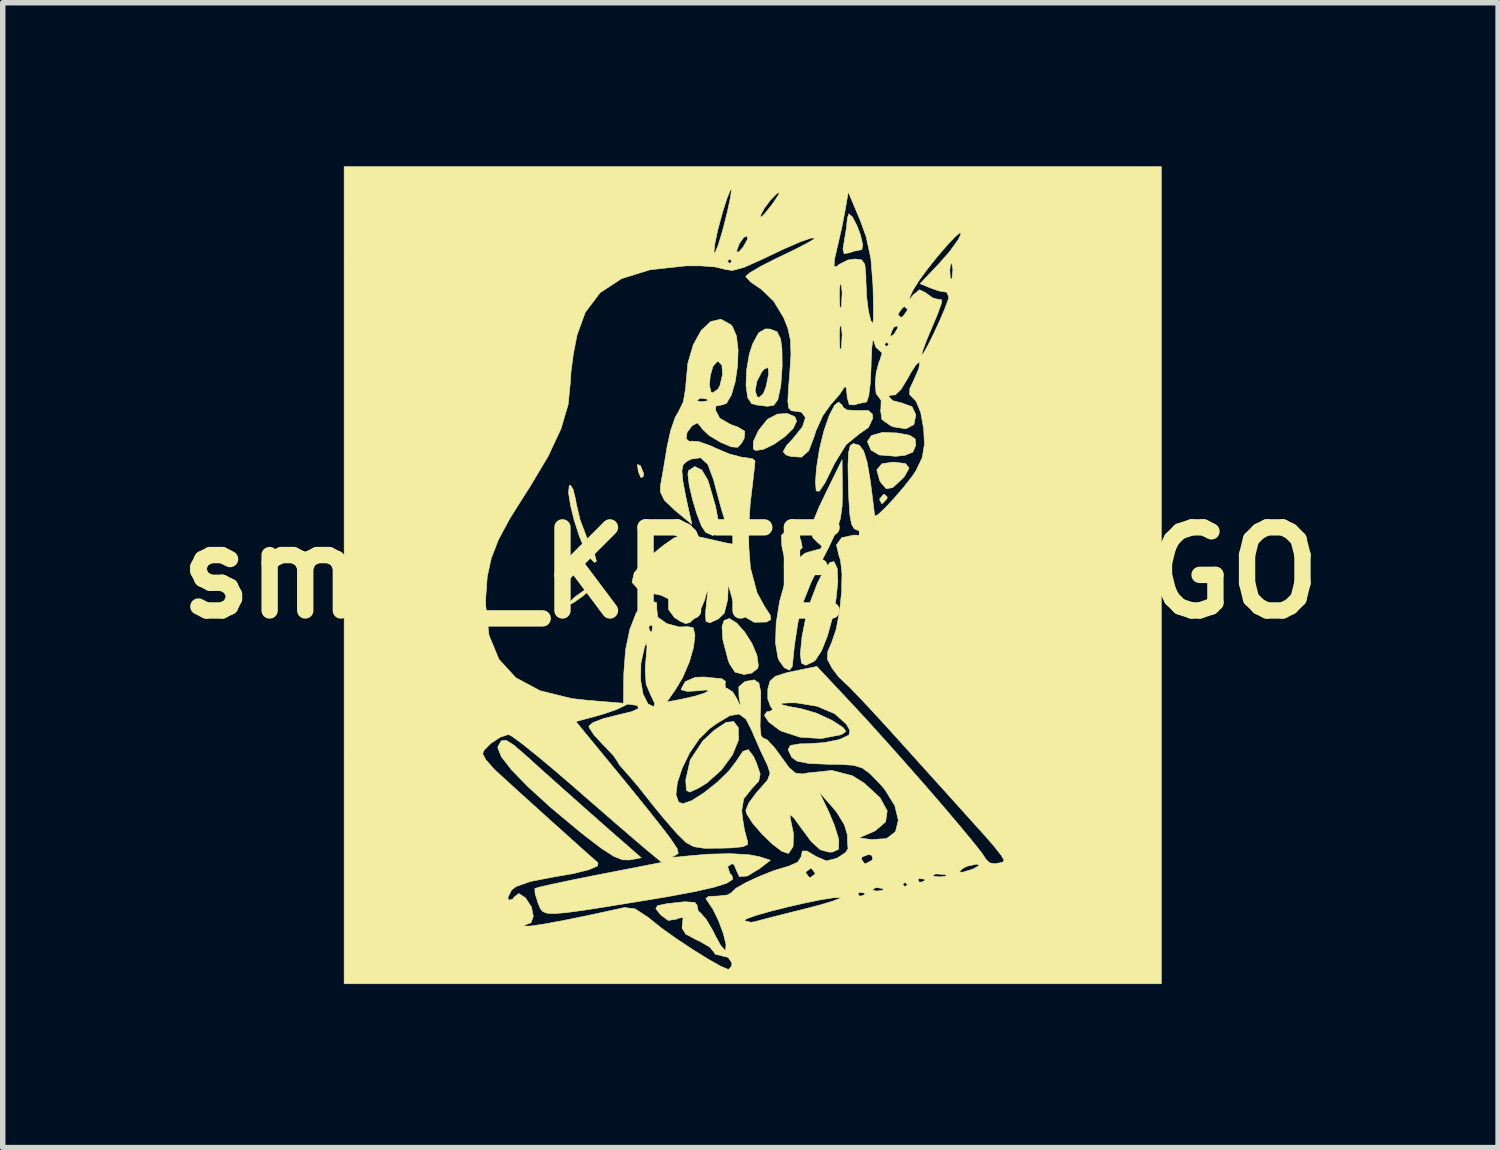
<source format=kicad_pcb>
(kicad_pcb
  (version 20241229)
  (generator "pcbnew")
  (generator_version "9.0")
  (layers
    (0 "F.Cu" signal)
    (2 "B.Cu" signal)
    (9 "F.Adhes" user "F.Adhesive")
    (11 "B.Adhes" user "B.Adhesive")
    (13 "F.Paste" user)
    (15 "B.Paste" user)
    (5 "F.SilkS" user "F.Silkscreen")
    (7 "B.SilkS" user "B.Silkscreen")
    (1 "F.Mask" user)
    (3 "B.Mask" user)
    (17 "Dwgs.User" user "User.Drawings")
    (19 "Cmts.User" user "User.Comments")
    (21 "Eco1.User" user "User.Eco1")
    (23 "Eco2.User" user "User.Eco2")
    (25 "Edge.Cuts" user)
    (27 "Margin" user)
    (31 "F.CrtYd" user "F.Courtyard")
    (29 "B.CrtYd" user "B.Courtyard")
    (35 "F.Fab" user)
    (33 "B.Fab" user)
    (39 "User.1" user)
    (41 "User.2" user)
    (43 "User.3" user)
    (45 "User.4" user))
  (footprint "smol_KRTEK_LOGO"
    (layer "F.Cu")
    (at 10.712 7.456)
    (property "Reference" "smol_KRTEK_LOGO" (at 0 0 0) (layer "F.SilkS") (effects (font (size 1.524 1.524) (thickness 0.3))))
    (attr through_hole)
    (fp_poly (pts (xy -2.022 -1.971) (xy -2.018 -1.967) (xy -1.958 -1.821) (xy -1.965 -1.766) (xy -2.009 -1.747) (xy -2.055 -1.856) (xy -2.074 -1.987) (xy -2.022 -1.971)) (stroke (width 0.01) (type solid)) (fill yes) (layer "F.SilkS"))
    (fp_poly (pts (xy 2.511 -1.387) (xy 2.498 -1.355) (xy 2.422 -1.274) (xy 2.408 -1.27) (xy 2.372 -1.336) (xy 2.371 -1.355) (xy 2.436 -1.436) (xy 2.46 -1.439) (xy 2.511 -1.387)) (stroke (width 0.01) (type solid)) (fill yes) (layer "F.SilkS"))
    (fp_poly (pts (xy 0.851 -0.694) (xy 0.922 -0.609) (xy 0.951 -0.464) (xy 0.842 -0.355) (xy 0.69 -0.271) (xy 0.619 -0.297) (xy 0.582 -0.458) (xy 0.575 -0.508) (xy 0.569 -0.691) (xy 0.64 -0.758) (xy 0.689 -0.762) (xy 0.851 -0.694)) (stroke (width 0.01) (type solid)) (fill yes) (layer "F.SilkS"))
    (fp_poly (pts (xy 2.841 -2.006) (xy 2.91 -1.923) (xy 2.826 -1.772) (xy 2.78 -1.721) (xy 2.607 -1.563) (xy 2.49 -1.544) (xy 2.389 -1.66) (xy 2.37 -1.695) (xy 2.317 -1.889) (xy 2.411 -2.001) (xy 2.616 -2.032) (xy 2.841 -2.006)) (stroke (width 0.01) (type solid)) (fill yes) (layer "F.SilkS"))
    (fp_poly (pts (xy -2.932 0.298) (xy -3.05 0.406) (xy -3.071 0.423) (xy -3.238 0.541) (xy -3.345 0.593) (xy -3.348 0.593) (xy -3.333 0.548) (xy -3.215 0.44) (xy -3.194 0.423) (xy -3.028 0.306) (xy -2.92 0.254) (xy -2.917 0.254) (xy -2.932 0.298)) (stroke (width 0.01) (type solid)) (fill yes) (layer "F.SilkS"))
    (fp_poly (pts (xy 2.693 -2.566) (xy 2.921 -2.523) (xy 3.021 -2.457) (xy 3.032 -2.343) (xy 3.031 -2.338) (xy 2.979 -2.216) (xy 2.837 -2.157) (xy 2.667 -2.138) (xy 2.36 -2.163) (xy 2.212 -2.252) (xy 2.144 -2.407) (xy 2.22 -2.519) (xy 2.421 -2.576) (xy 2.693 -2.566)) (stroke (width 0.01) (type solid)) (fill yes) (layer "F.SilkS"))
    (fp_poly (pts (xy 0.816 -2.862) (xy 0.847 -2.784) (xy 0.785 -2.651) (xy 0.633 -2.5) (xy 0.436 -2.362) (xy 0.241 -2.266) (xy 0.094 -2.244) (xy 0.052 -2.273) (xy 0.055 -2.412) (xy 0.146 -2.608) (xy 0.297 -2.798) (xy 0.323 -2.823) (xy 0.495 -2.912) (xy 0.68 -2.923) (xy 0.816 -2.862)) (stroke (width 0.01) (type solid)) (fill yes) (layer "F.SilkS"))
    (fp_poly (pts (xy -0.891 -1.886) (xy -0.781 -1.7) (xy -0.771 -1.672) (xy -0.638 -1.214) (xy -0.58 -0.9) (xy -0.598 -0.727) (xy -0.692 -0.686) (xy -0.822 -0.745) (xy -0.896 -0.857) (xy -0.981 -1.077) (xy -1.062 -1.346) (xy -1.123 -1.608) (xy -1.147 -1.807) (xy -1.136 -1.874) (xy -1.021 -1.951) (xy -0.891 -1.886)) (stroke (width 0.01) (type solid)) (fill yes) (layer "F.SilkS"))
    (fp_poly (pts (xy -0.253 0.919) (xy -0.106 1.084) (xy 0.027 1.293) (xy 0.119 1.51) (xy 0.145 1.697) (xy 0.133 1.75) (xy 0.025 1.837) (xy -0.118 1.863) (xy -0.282 1.82) (xy -0.386 1.663) (xy -0.412 1.587) (xy -0.506 1.227) (xy -0.521 0.987) (xy -0.483 0.873) (xy -0.387 0.837) (xy -0.253 0.919)) (stroke (width 0.01) (type solid)) (fill yes) (layer "F.SilkS"))
    (fp_poly (pts (xy -0.223 2.837) (xy -0.218 3.065) (xy -0.33 3.338) (xy -0.533 3.615) (xy -0.799 3.853) (xy -0.953 3.947) (xy -1.112 4.02) (xy -1.174 3.989) (xy -1.185 3.821) (xy -1.185 3.791) (xy -1.103 3.428) (xy -0.871 3.079) (xy -0.662 2.885) (xy -0.445 2.741) (xy -0.307 2.727) (xy -0.223 2.837)) (stroke (width 0.01) (type solid)) (fill yes) (layer "F.SilkS"))
    (fp_poly (pts (xy 1.869 -6.529) (xy 1.957 -6.36) (xy 2.016 -6.202) (xy 2.058 -6.02) (xy 2.043 -5.929) (xy 2.035 -5.927) (xy 1.899 -5.899) (xy 1.814 -5.87) (xy 1.719 -5.854) (xy 1.697 -5.935) (xy 1.722 -6.092) (xy 1.761 -6.326) (xy 1.778 -6.503) (xy 1.778 -6.505) (xy 1.804 -6.585) (xy 1.869 -6.529)) (stroke (width 0.01) (type solid)) (fill yes) (layer "F.SilkS"))
    (fp_poly (pts (xy -3.253 -1.534) (xy -3.206 -1.346) (xy -3.194 -1.269) (xy -3.123 -0.97) (xy -3.002 -0.652) (xy -2.967 -0.581) (xy -2.86 -0.349) (xy -2.824 -0.213) (xy -2.86 -0.192) (xy -2.946 -0.276) (xy -3.044 -0.442) (xy -3.143 -0.688) (xy -3.233 -0.969) (xy -3.3 -1.243) (xy -3.335 -1.466) (xy -3.324 -1.594) (xy -3.302 -1.609) (xy -3.253 -1.534)) (stroke (width 0.01) (type solid)) (fill yes) (layer "F.SilkS"))
    (fp_poly (pts (xy 1.593 -0.079) (xy 1.603 0.163) (xy 1.57 0.478) (xy 1.504 0.823) (xy 1.413 1.154) (xy 1.305 1.428) (xy 1.19 1.602) (xy 1.161 1.626) (xy 1.014 1.694) (xy 0.935 1.654) (xy 0.915 1.486) (xy 0.946 1.173) (xy 0.946 1.17) (xy 1.012 0.835) (xy 1.111 0.496) (xy 1.229 0.189) (xy 1.351 -0.052) (xy 1.461 -0.192) (xy 1.533 -0.206) (xy 1.593 -0.079)) (stroke (width 0.01) (type solid)) (fill yes) (layer "F.SilkS"))
    (fp_poly (pts (xy 1.69 -3.067) (xy 1.693 -3.043) (xy 1.767 -2.988) (xy 1.95 -2.977) (xy 1.968 -2.979) (xy 2.16 -2.979) (xy 2.235 -2.913) (xy 2.244 -2.836) (xy 2.165 -2.668) (xy 1.989 -2.544) (xy 1.755 -2.352) (xy 1.542 -2.007) (xy 1.523 -1.965) (xy 1.367 -1.652) (xy 1.263 -1.498) (xy 1.206 -1.503) (xy 1.193 -1.668) (xy 1.212 -1.927) (xy 1.266 -2.271) (xy 1.348 -2.604) (xy 1.445 -2.886) (xy 1.543 -3.075) (xy 1.618 -3.133) (xy 1.69 -3.067)) (stroke (width 0.01) (type solid)) (fill yes) (layer "F.SilkS"))
    (fp_poly (pts (xy -4.338 3.159) (xy -4.106 3.36) (xy -4.099 3.367) (xy -3.841 3.6) (xy -3.496 3.908) (xy -3.105 4.256) (xy -2.707 4.608) (xy -2.343 4.927) (xy -2.292 4.971) (xy -2.003 5.224) (xy -2.218 5.265) (xy -2.347 5.262) (xy -2.51 5.196) (xy -2.734 5.051) (xy -3.048 4.811) (xy -3.143 4.735) (xy -3.656 4.307) (xy -4.072 3.929) (xy -4.38 3.613) (xy -4.57 3.369) (xy -4.633 3.206) (xy -4.629 3.182) (xy -4.569 3.08) (xy -4.482 3.069) (xy -4.338 3.159)) (stroke (width 0.01) (type solid)) (fill yes) (layer "F.SilkS"))
    (fp_poly (pts (xy 0.358 -4.472) (xy 0.488 -4.422) (xy 0.554 -4.289) (xy 0.578 -4.106) (xy 0.582 -3.788) (xy 0.558 -3.452) (xy 0.552 -3.408) (xy 0.503 -3.178) (xy 0.429 -3.074) (xy 0.312 -3.055) (xy 0.113 -3.079) (xy 0.021 -3.104) (xy -0.051 -3.215) (xy -0.067 -3.337) (xy 0.086 -3.337) (xy 0.124 -3.229) (xy 0.159 -3.217) (xy 0.237 -3.288) (xy 0.285 -3.408) (xy 0.336 -3.655) (xy 0.323 -3.768) (xy 0.248 -3.735) (xy 0.209 -3.688) (xy 0.117 -3.51) (xy 0.086 -3.337) (xy -0.067 -3.337) (xy -0.081 -3.438) (xy -0.07 -3.721) (xy -0.02 -4.013) (xy 0.041 -4.2) (xy 0.15 -4.402) (xy 0.273 -4.474) (xy 0.358 -4.472)) (stroke (width 0.01) (type solid)) (fill yes) (layer "F.SilkS"))
    (fp_poly (pts (xy 1.687 -1.512) (xy 1.682 -1.227) (xy 1.65 -0.995) (xy 1.573 -0.761) (xy 1.437 -0.47) (xy 1.319 -0.242) (xy 1.114 0.168) (xy 0.971 0.526) (xy 0.875 0.889) (xy 0.808 1.319) (xy 0.768 1.714) (xy 0.717 1.785) (xy 0.621 1.739) (xy 0.524 1.603) (xy 0.506 1.561) (xy 0.46 1.289) (xy 0.472 0.922) (xy 0.535 0.522) (xy 0.641 0.148) (xy 0.696 0.017) (xy 0.84 -0.232) (xy 1.001 -0.361) (xy 1.123 -0.398) (xy 1.289 -0.442) (xy 1.308 -0.493) (xy 1.24 -0.552) (xy 1.145 -0.645) (xy 1.113 -0.764) (xy 1.15 -0.942) (xy 1.261 -1.211) (xy 1.391 -1.483) (xy 1.681 -2.074) (xy 1.687 -1.512)) (stroke (width 0.01) (type solid)) (fill yes) (layer "F.SilkS"))
    (fp_poly (pts (xy -0.358 -4.551) (xy -0.332 -4.521) (xy -0.256 -4.346) (xy -0.226 -4.091) (xy -0.236 -3.797) (xy -0.279 -3.507) (xy -0.349 -3.263) (xy -0.441 -3.106) (xy -0.543 -3.076) (xy -0.634 -3.059) (xy -0.64 -2.983) (xy -0.563 -2.836) (xy -0.361 -2.72) (xy -0.233 -2.676) (xy -0.104 -2.598) (xy -0.115 -2.465) (xy -0.166 -2.374) (xy -0.237 -2.303) (xy -0.351 -2.311) (xy -0.548 -2.395) (xy -0.756 -2.519) (xy -0.888 -2.644) (xy -0.901 -2.669) (xy -0.971 -2.751) (xy -1.068 -2.701) (xy -1.162 -2.576) (xy -1.179 -2.458) (xy -1.117 -2.408) (xy -1.079 -2.417) (xy -0.943 -2.406) (xy -0.729 -2.33) (xy -0.637 -2.287) (xy -0.384 -2.18) (xy -0.16 -2.121) (xy -0.109 -2.117) (xy 0.041 -2.092) (xy 0.085 -2.051) (xy 0.075 -1.942) (xy 0.048 -1.708) (xy 0.011 -1.395) (xy -0.003 -1.284) (xy -0.043 -0.651) (xy -0.000453 -0.092) (xy 0.121 0.364) (xy 0.258 0.615) (xy 0.365 0.777) (xy 0.369 0.859) (xy 0.294 0.901) (xy 0.07 0.906) (xy -0.146 0.781) (xy -0.303 0.56) (xy -0.328 0.49) (xy -0.408 0.212) (xy -0.416 0.484) (xy -0.479 0.738) (xy -0.587 0.844) (xy -0.743 0.915) (xy -0.815 0.89) (xy -0.824 0.742) (xy -0.807 0.572) (xy -0.784 0.361) (xy -0.786 0.311) (xy -0.817 0.411) (xy -0.84 0.498) (xy -0.953 0.761) (xy -1.11 0.91) (xy -1.19 0.93) (xy -1.288 0.887) (xy -1.395 0.817) (xy -1.503 0.67) (xy -1.501 0.569) (xy -1.507 0.475) (xy -1.634 0.412) (xy -1.789 0.379) (xy -2.058 0.299) (xy -2.172 0.173) (xy -2.131 -0.003) (xy -1.933 -0.232) (xy -1.589 -0.51) (xy -1.406 -0.637) (xy -1.262 -0.694) (xy -1.092 -0.691) (xy -0.832 -0.637) (xy -0.785 -0.626) (xy -0.471 -0.554) (xy -0.288 -0.52) (xy -0.199 -0.522) (xy -0.171 -0.559) (xy -0.169 -0.593) (xy -0.237 -0.67) (xy -0.283 -0.677) (xy -0.339 -0.694) (xy -0.391 -0.763) (xy -0.451 -0.908) (xy -0.528 -1.156) (xy -0.631 -1.534) (xy -0.678 -1.714) (xy -0.782 -1.992) (xy -0.915 -2.112) (xy -1.093 -2.085) (xy -1.177 -2.039) (xy -1.235 -1.98) (xy -1.257 -1.875) (xy -1.241 -1.693) (xy -1.186 -1.4) (xy -1.13 -1.144) (xy -1.073 -0.891) (xy -1.381 -1.144) (xy -1.577 -1.331) (xy -1.653 -1.486) (xy -1.648 -1.609) (xy -1.612 -1.809) (xy -1.563 -2.101) (xy -1.528 -2.316) (xy -1.463 -2.611) (xy -1.379 -2.853) (xy -1.318 -2.958) (xy -1.23 -3.138) (xy -1.228 -3.153) (xy -0.979 -3.153) (xy -0.896 -3.139) (xy -0.786 -3.155) (xy -0.785 -3.184) (xy -0.898 -3.204) (xy -0.947 -3.191) (xy -0.979 -3.153) (xy -1.228 -3.153) (xy -1.187 -3.395) (xy -1.185 -3.438) (xy -0.752 -3.438) (xy -0.723 -3.319) (xy -0.692 -3.302) (xy -0.595 -3.37) (xy -0.559 -3.436) (xy -0.51 -3.645) (xy -0.523 -3.81) (xy -0.592 -3.878) (xy -0.614 -3.874) (xy -0.688 -3.785) (xy -0.737 -3.616) (xy -0.752 -3.438) (xy -1.185 -3.438) (xy -1.185 -3.444) (xy -1.148 -3.843) (xy -1.048 -4.184) (xy -0.902 -4.447) (xy -0.727 -4.61) (xy -0.54 -4.652) (xy -0.358 -4.551)) (stroke (width 0.01) (type solid)) (fill yes) (layer "F.SilkS"))
    (fp_poly (pts (xy 7.535 7.535) (xy -7.451 7.535) (xy -7.451 3.315) (xy -4.911 3.315) (xy -4.854 3.425) (xy -4.712 3.587) (xy -4.67 3.628) (xy -4.515 3.77) (xy -4.284 3.981) (xy -4.002 4.236) (xy -3.699 4.51) (xy -3.4 4.778) (xy -3.135 5.016) (xy -2.93 5.199) (xy -2.812 5.302) (xy -2.796 5.315) (xy -2.803 5.374) (xy -2.961 5.443) (xy -3.25 5.515) (xy -3.632 5.581) (xy -4.034 5.659) (xy -4.294 5.75) (xy -4.381 5.816) (xy -4.446 5.948) (xy -4.44 6.003) (xy -4.364 5.986) (xy -4.326 5.939) (xy -4.248 5.88) (xy -4.134 5.954) (xy -4.119 5.969) (xy -4.015 6.13) (xy -3.982 6.299) (xy -4.024 6.416) (xy -4.078 6.435) (xy -4.144 6.461) (xy -4.135 6.476) (xy -4.037 6.477) (xy -3.795 6.442) (xy -3.431 6.375) (xy -2.966 6.28) (xy -2.422 6.162) (xy -2.311 6.137) (xy -2.116 6.161) (xy -1.869 6.322) (xy -1.812 6.37) (xy -1.617 6.525) (xy -1.352 6.713) (xy -1.058 6.908) (xy -0.775 7.084) (xy -0.545 7.214) (xy -0.407 7.273) (xy -0.402 7.274) (xy -0.346 7.212) (xy -0.339 7.154) (xy -0.409 7.051) (xy -0.508 7.027) (xy -0.646 6.992) (xy -0.677 6.944) (xy -0.748 6.861) (xy -0.924 6.759) (xy -0.984 6.732) (xy -1.186 6.625) (xy -1.254 6.514) (xy -1.246 6.436) (xy -1.235 6.319) (xy -1.322 6.333) (xy -1.352 6.349) (xy -1.508 6.374) (xy -1.649 6.268) (xy -1.735 6.158) (xy -1.705 6.103) (xy -1.534 6.067) (xy -1.511 6.064) (xy -1.205 6.031) (xy -1.019 6.043) (xy -0.975 6.098) (xy -0.979 6.105) (xy -0.957 6.2) (xy -0.912 6.239) (xy -0.811 6.355) (xy -0.689 6.561) (xy -0.653 6.636) (xy -0.551 6.825) (xy -0.473 6.917) (xy -0.454 6.917) (xy -0.448 6.81) (xy -0.498 6.61) (xy -0.585 6.377) (xy -0.114 6.377) (xy 0.009 6.408) (xy 0.079 6.397) (xy 0.217 6.36) (xy 0.474 6.294) (xy 0.806 6.21) (xy 0.971 6.169) (xy 1.29 6.086) (xy 1.525 6.015) (xy 1.644 5.967) (xy 1.648 5.954) (xy 1.529 5.957) (xy 1.303 5.992) (xy 1.008 6.052) (xy 0.684 6.126) (xy 0.37 6.205) (xy 0.107 6.28) (xy -0.067 6.341) (xy -0.114 6.377) (xy -0.585 6.377) (xy -0.586 6.376) (xy -0.689 6.166) (xy -0.75 6.075) (xy -0.818 5.973) (xy -0.767 5.933) (xy -0.606 5.927) (xy -0.422 5.907) (xy -0.357 5.87) (xy 1.976 5.87) (xy 1.987 5.921) (xy 2.032 5.927) (xy 2.102 5.896) (xy 2.088 5.87) (xy 1.988 5.86) (xy 1.976 5.87) (xy -0.357 5.87) (xy -0.339 5.86) (xy -0.339 5.856) (xy -0.304 5.822) (xy 2.238 5.822) (xy 2.321 5.835) (xy 2.431 5.82) (xy 2.432 5.791) (xy 2.319 5.771) (xy 2.27 5.784) (xy 2.238 5.822) (xy -0.304 5.822) (xy -0.266 5.784) (xy -0.144 5.715) (xy 2.794 5.715) (xy 2.836 5.757) (xy 2.879 5.715) (xy 2.836 5.673) (xy 2.794 5.715) (xy -0.144 5.715) (xy -0.082 5.68) (xy 0.055 5.616) (xy 3.076 5.616) (xy 3.088 5.667) (xy 3.133 5.673) (xy 3.202 5.642) (xy 3.189 5.616) (xy 3.089 5.606) (xy 3.076 5.616) (xy 0.055 5.616) (xy 0.168 5.564) (xy 0.322 5.503) (xy 1.016 5.503) (xy 1.08 5.586) (xy 1.101 5.588) (xy 1.133 5.563) (xy 3.355 5.563) (xy 3.471 5.575) (xy 3.592 5.561) (xy 3.577 5.532) (xy 3.404 5.521) (xy 3.365 5.532) (xy 3.355 5.563) (xy 1.133 5.563) (xy 1.183 5.524) (xy 1.185 5.503) (xy 1.169 5.482) (xy 3.828 5.482) (xy 3.89 5.49) (xy 4.047 5.443) (xy 4.106 5.419) (xy 4.202 5.361) (xy 4.149 5.341) (xy 3.968 5.381) (xy 3.895 5.419) (xy 3.828 5.482) (xy 1.169 5.482) (xy 1.121 5.421) (xy 1.101 5.419) (xy 1.018 5.483) (xy 1.016 5.503) (xy 0.322 5.503) (xy 0.436 5.458) (xy 0.673 5.386) (xy 0.699 5.38) (xy 0.867 5.305) (xy 0.931 5.205) (xy 0.952 5.1) (xy 1.036 5.101) (xy 1.211 5.204) (xy 1.394 5.282) (xy 1.524 5.249) (xy 2.032 5.249) (xy 2.093 5.332) (xy 2.112 5.334) (xy 2.226 5.272) (xy 2.244 5.249) (xy 2.224 5.177) (xy 2.164 5.165) (xy 2.048 5.209) (xy 2.032 5.249) (xy 1.524 5.249) (xy 1.579 5.235) (xy 1.6 5.225) (xy 1.745 5.128) (xy 1.79 5.059) (xy 1.78 4.931) (xy 1.778 4.802) (xy 1.724 4.621) (xy 1.588 4.398) (xy 1.521 4.315) (xy 1.264 4.022) (xy 1.427 4.361) (xy 1.538 4.623) (xy 1.611 4.859) (xy 1.621 4.911) (xy 1.616 5.069) (xy 1.506 5.119) (xy 1.44 5.121) (xy 1.281 5.077) (xy 1.116 4.928) (xy 0.946 4.698) (xy 0.806 4.505) (xy 0.73 4.432) (xy 0.728 4.487) (xy 0.791 4.788) (xy 0.782 5.019) (xy 0.702 5.141) (xy 0.694 5.144) (xy 0.579 5.107) (xy 0.405 4.975) (xy 0.212 4.789) (xy 0.041 4.591) (xy -0.067 4.422) (xy -0.085 4.356) (xy -0.03 4.221) (xy 0.108 4.034) (xy 0.162 3.973) (xy 0.314 3.8) (xy 0.36 3.676) (xy 0.317 3.537) (xy 0.293 3.487) (xy 0.186 3.262) (xy 0.062 2.98) (xy 0.029 2.899) (xy -0.082 2.682) (xy -0.208 2.589) (xy -0.38 2.618) (xy -0.63 2.77) (xy -0.75 2.857) (xy -0.945 3.051) (xy -1.117 3.304) (xy -1.252 3.581) (xy -1.34 3.847) (xy -1.366 4.066) (xy -1.318 4.204) (xy -1.24 4.233) (xy -1.077 4.177) (xy -0.849 4.031) (xy -0.604 3.836) (xy -0.391 3.628) (xy -0.268 3.466) (xy -0.138 3.273) (xy -0.038 3.241) (xy 0.059 3.37) (xy 0.113 3.493) (xy 0.179 3.689) (xy 0.153 3.818) (xy 0.02 3.962) (xy -0.123 4.142) (xy -0.159 4.353) (xy -0.149 4.47) (xy -0.11 4.713) (xy -0.061 4.896) (xy -0.055 4.911) (xy -0.051 4.981) (xy -0.138 5.022) (xy -0.346 5.043) (xy -0.545 5.049) (xy -0.847 5.05) (xy -1.039 5.021) (xy -1.182 4.943) (xy -1.335 4.793) (xy -1.371 4.753) (xy -1.598 4.492) (xy -1.821 4.219) (xy -1.875 4.149) (xy -2.062 3.913) (xy -2.243 3.702) (xy -2.277 3.665) (xy -2.403 3.52) (xy -2.455 3.433) (xy -2.455 3.433) (xy -2.511 3.352) (xy -2.65 3.204) (xy -2.709 3.145) (xy -2.869 2.972) (xy -2.957 2.836) (xy -2.963 2.809) (xy -2.887 2.745) (xy -2.69 2.67) (xy -2.454 2.611) (xy -2.176 2.544) (xy -2.053 2.488) (xy -2.07 2.436) (xy -2.078 2.431) (xy -2.248 2.406) (xy -2.312 2.436) (xy -2.45 2.503) (xy -2.684 2.585) (xy -2.807 2.62) (xy -3.201 2.727) (xy -2.425 3.671) (xy -2.129 4.033) (xy -1.856 4.372) (xy -1.632 4.655) (xy -1.483 4.849) (xy -1.459 4.883) (xy -1.342 5.059) (xy -1.324 5.146) (xy -1.397 5.19) (xy -1.417 5.196) (xy -1.438 5.214) (xy -1.318 5.209) (xy -1.225 5.198) (xy -0.783 5.159) (xy -0.365 5.149) (xy -0.021 5.169) (xy 0.162 5.204) (xy 0.367 5.27) (xy 0.162 5.427) (xy -0.058 5.559) (xy -0.203 5.57) (xy -0.254 5.461) (xy -0.3 5.348) (xy -0.339 5.334) (xy -0.418 5.386) (xy -0.379 5.506) (xy -0.336 5.557) (xy -0.326 5.621) (xy -0.43 5.689) (xy -0.66 5.763) (xy -1.027 5.846) (xy -1.542 5.942) (xy -2.032 6.023) (xy -2.618 6.118) (xy -3.058 6.187) (xy -3.375 6.23) (xy -3.591 6.248) (xy -3.728 6.242) (xy -3.808 6.212) (xy -3.853 6.157) (xy -3.885 6.078) (xy -3.896 6.051) (xy -3.95 5.876) (xy -3.953 5.788) (xy -3.864 5.761) (xy -3.639 5.71) (xy -3.309 5.64) (xy -2.907 5.559) (xy -2.774 5.533) (xy -1.625 5.309) (xy -1.891 5.089) (xy -2.044 4.959) (xy -2.297 4.742) (xy -2.621 4.462) (xy -2.989 4.142) (xy -3.248 3.916) (xy -3.613 3.602) (xy -3.937 3.333) (xy -4.198 3.124) (xy -4.374 2.996) (xy -4.437 2.963) (xy -4.588 3.013) (xy -4.76 3.126) (xy -4.886 3.254) (xy -4.911 3.315) (xy -7.451 3.315) (xy -7.451 0.593) (xy -4.855 0.593) (xy -4.795 1.143) (xy -4.612 1.585) (xy -4.302 1.923) (xy -3.858 2.161) (xy -3.278 2.304) (xy -2.994 2.336) (xy -2.328 2.391) (xy -2.324 1.959) (xy -2.015 1.959) (xy -1.969 2.223) (xy -1.878 2.403) (xy -1.773 2.455) (xy -1.754 2.396) (xy -1.822 2.253) (xy -1.827 2.246) (xy -1.913 2.041) (xy -1.93 1.764) (xy -1.916 1.59) (xy -1.897 1.355) (xy -1.908 1.284) (xy -1.942 1.355) (xy -2.008 1.655) (xy -2.015 1.959) (xy -2.324 1.959) (xy -2.322 1.84) (xy -2.29 1.412) (xy -2.211 1.033) (xy -2.204 1.016) (xy -1.863 1.016) (xy -1.832 1.086) (xy -1.806 1.072) (xy -1.796 0.972) (xy -1.806 0.96) (xy -1.857 0.971) (xy -1.863 1.016) (xy -2.204 1.016) (xy -2.096 0.736) (xy -1.957 0.552) (xy -1.846 0.508) (xy -1.719 0.547) (xy -1.716 0.671) (xy -1.7 0.813) (xy -1.544 0.923) (xy -1.516 0.935) (xy -1.303 0.992) (xy -1.145 0.986) (xy -1.049 1.007) (xy -1.017 1.145) (xy -1.044 1.367) (xy -1.121 1.635) (xy -1.241 1.916) (xy -1.373 2.137) (xy -1.534 2.368) (xy -1.254 2.314) (xy -1.012 2.259) (xy -0.841 2.204) (xy -0.766 2.163) (xy -0.809 2.147) (xy -0.953 2.161) (xy -1.155 2.174) (xy -1.264 2.145) (xy -1.27 2.131) (xy -1.196 1.995) (xy -1.013 1.915) (xy -0.847 1.909) (xy -0.638 1.931) (xy -0.524 1.94) (xy -0.454 1.994) (xy -0.466 2.032) (xy -0.457 2.11) (xy -0.426 2.117) (xy -0.324 2.185) (xy -0.249 2.307) (xy -0.193 2.428) (xy -0.187 2.397) (xy -0.21 2.271) (xy -0.213 2.089) (xy -0.108 1.998) (xy -0.078 1.988) (xy 0.07 1.962) (xy 0.155 2.019) (xy 0.19 2.185) (xy 0.186 2.487) (xy 0.182 2.557) (xy 0.177 2.817) (xy 0.194 2.985) (xy 0.225 3.024) (xy 0.308 3.062) (xy 0.444 3.209) (xy 0.551 3.354) (xy 0.708 3.571) (xy 0.827 3.672) (xy 0.956 3.687) (xy 1.058 3.668) (xy 1.495 3.623) (xy 1.869 3.72) (xy 2.083 3.853) (xy 2.376 4.123) (xy 2.508 4.363) (xy 2.479 4.566) (xy 2.289 4.729) (xy 2.225 4.759) (xy 1.99 4.859) (xy 2.228 4.891) (xy 2.498 4.872) (xy 2.661 4.745) (xy 2.712 4.536) (xy 2.648 4.269) (xy 2.464 3.972) (xy 2.377 3.87) (xy 2.197 3.685) (xy 2.053 3.578) (xy 1.886 3.528) (xy 1.64 3.512) (xy 1.44 3.51) (xy 1.078 3.496) (xy 0.858 3.453) (xy 0.758 3.383) (xy 0.69 3.24) (xy 0.733 3.164) (xy 0.909 3.135) (xy 1.053 3.133) (xy 1.344 3.113) (xy 1.603 3.063) (xy 1.655 3.047) (xy 1.808 2.973) (xy 1.823 2.886) (xy 1.757 2.771) (xy 1.546 2.583) (xy 1.224 2.446) (xy 0.845 2.384) (xy 0.762 2.382) (xy 0.581 2.39) (xy 0.562 2.413) (xy 0.708 2.451) (xy 0.931 2.491) (xy 1.207 2.571) (xy 1.491 2.702) (xy 1.524 2.722) (xy 1.703 2.839) (xy 1.751 2.907) (xy 1.683 2.956) (xy 1.651 2.97) (xy 1.3 3.038) (xy 0.908 3.013) (xy 0.566 2.901) (xy 0.529 2.88) (xy 0.337 2.735) (xy 0.256 2.615) (xy 0.3 2.547) (xy 0.356 2.54) (xy 0.41 2.506) (xy 0.371 2.453) (xy 0.318 2.312) (xy 0.319 2.13) (xy 0.359 1.985) (xy 0.458 1.896) (xy 0.661 1.832) (xy 0.785 1.805) (xy 1.217 1.716) (xy 1.783 2.319) (xy 2.105 2.665) (xy 2.457 3.054) (xy 2.823 3.465) (xy 3.185 3.876) (xy 3.525 4.269) (xy 3.825 4.623) (xy 4.069 4.917) (xy 4.238 5.13) (xy 4.315 5.244) (xy 4.318 5.253) (xy 4.389 5.319) (xy 4.487 5.334) (xy 4.623 5.307) (xy 4.653 5.271) (xy 4.599 5.179) (xy 4.461 5.004) (xy 4.294 4.812) (xy 4.119 4.619) (xy 3.858 4.329) (xy 3.537 3.972) (xy 3.181 3.578) (xy 2.882 3.246) (xy 2.543 2.871) (xy 2.239 2.54) (xy 1.988 2.272) (xy 1.811 2.089) (xy 1.729 2.013) (xy 1.612 1.9) (xy 1.496 1.745) (xy 1.411 1.584) (xy 1.419 1.441) (xy 1.489 1.28) (xy 1.572 1.035) (xy 1.635 0.705) (xy 1.672 0.345) (xy 1.679 0.012) (xy 1.651 -0.237) (xy 1.626 -0.307) (xy 1.577 -0.512) (xy 1.674 -0.646) (xy 1.903 -0.694) (xy 1.985 -0.69) (xy 2.19 -0.689) (xy 2.274 -0.746) (xy 2.285 -0.819) (xy 2.268 -0.917) (xy 2.211 -0.86) (xy 2.077 -0.778) (xy 1.98 -0.776) (xy 1.903 -0.809) (xy 1.854 -0.895) (xy 1.823 -1.068) (xy 1.804 -1.358) (xy 1.796 -1.588) (xy 1.789 -1.967) (xy 1.799 -2.204) (xy 1.829 -2.329) (xy 1.882 -2.37) (xy 1.893 -2.371) (xy 1.997 -2.341) (xy 2.076 -2.236) (xy 2.14 -2.03) (xy 2.197 -1.697) (xy 2.236 -1.397) (xy 2.262 -1.181) (xy 2.279 -1.054) (xy 2.281 -1.041) (xy 2.338 -1.067) (xy 2.469 -1.189) (xy 2.638 -1.371) (xy 2.815 -1.577) (xy 2.966 -1.769) (xy 3.037 -1.876) (xy 3.151 -2.115) (xy 3.191 -2.361) (xy 3.177 -2.638) (xy 3.123 -2.941) (xy 3.039 -3.145) (xy 2.999 -3.189) (xy 2.919 -3.271) (xy 2.923 -3.378) (xy 3.006 -3.556) (xy 3.087 -3.744) (xy 3.107 -3.86) (xy 3.102 -3.868) (xy 3.043 -3.827) (xy 2.941 -3.672) (xy 2.881 -3.561) (xy 2.761 -3.365) (xy 2.657 -3.264) (xy 2.621 -3.262) (xy 2.546 -3.255) (xy 2.54 -3.228) (xy 2.613 -3.158) (xy 2.773 -3.117) (xy 2.964 -3.047) (xy 3.033 -2.899) (xy 2.998 -2.72) (xy 2.85 -2.642) (xy 2.618 -2.679) (xy 2.568 -2.701) (xy 2.411 -2.813) (xy 2.387 -2.978) (xy 2.392 -3.008) (xy 2.397 -3.164) (xy 2.359 -3.217) (xy 2.305 -3.289) (xy 2.288 -3.464) (xy 2.307 -3.678) (xy 2.359 -3.87) (xy 2.374 -3.9) (xy 2.415 -4.034) (xy 2.38 -4.064) (xy 2.302 -4.136) (xy 2.283 -4.191) (xy 2.455 -4.191) (xy 2.498 -4.149) (xy 2.54 -4.191) (xy 2.498 -4.233) (xy 2.455 -4.191) (xy 2.283 -4.191) (xy 2.261 -4.255) (xy 2.243 -4.268) (xy 2.227 -4.139) (xy 2.215 -3.893) (xy 2.213 -3.789) (xy 2.198 -3.48) (xy 2.17 -3.249) (xy 2.133 -3.137) (xy 2.124 -3.133) (xy 1.982 -3.105) (xy 1.912 -3.081) (xy 1.813 -3.084) (xy 1.774 -3.217) (xy 1.771 -3.272) (xy 1.754 -3.408) (xy 1.722 -3.408) (xy 1.72 -3.403) (xy 1.632 -3.269) (xy 1.481 -3.097) (xy 1.474 -3.09) (xy 1.326 -2.881) (xy 1.199 -2.6) (xy 1.169 -2.502) (xy 1.069 -2.238) (xy 0.936 -2.122) (xy 0.738 -2.135) (xy 0.653 -2.164) (xy 0.6 -2.222) (xy 0.662 -2.334) (xy 0.773 -2.454) (xy 0.954 -2.678) (xy 1.009 -2.849) (xy 0.936 -2.948) (xy 0.838 -2.963) (xy 0.75 -2.973) (xy 0.701 -3.024) (xy 0.686 -3.151) (xy 0.698 -3.389) (xy 0.719 -3.632) (xy 0.743 -4.002) (xy 0.734 -4.267) (xy 0.723 -4.318) (xy 1.632 -4.318) (xy 1.638 -4.135) (xy 1.655 -4.085) (xy 1.668 -4.128) (xy 1.68 -4.329) (xy 2.562 -4.329) (xy 2.624 -4.369) (xy 2.635 -4.38) (xy 2.702 -4.491) (xy 2.693 -4.532) (xy 2.63 -4.506) (xy 2.588 -4.427) (xy 2.562 -4.329) (xy 1.68 -4.329) (xy 1.682 -4.374) (xy 1.668 -4.508) (xy 1.647 -4.549) (xy 1.634 -4.442) (xy 1.632 -4.318) (xy 0.723 -4.318) (xy 0.686 -4.487) (xy 0.61 -4.68) (xy 0.427 -4.982) (xy 0.327 -5.08) (xy 1.632 -5.08) (xy 1.638 -4.897) (xy 1.655 -4.847) (xy 1.668 -4.889) (xy 1.682 -5.136) (xy 1.668 -5.271) (xy 1.647 -5.311) (xy 1.634 -5.204) (xy 1.632 -5.08) (xy 0.327 -5.08) (xy 0.203 -5.199) (xy 0.179 -5.215) (xy 0.005 -5.334) (xy -0.082 -5.427) (xy -0.085 -5.438) (xy -0.013 -5.502) (xy 0.177 -5.614) (xy 0.183 -5.618) (xy 1.534 -5.618) (xy 1.584 -5.619) (xy 1.626 -5.656) (xy 1.788 -5.738) (xy 1.922 -5.757) (xy 2.04 -5.74) (xy 2.098 -5.658) (xy 2.117 -5.468) (xy 2.118 -5.355) (xy 2.131 -5.065) (xy 2.163 -4.806) (xy 2.207 -4.626) (xy 2.245 -4.572) (xy 2.254 -4.65) (xy 2.255 -4.731) (xy 2.709 -4.731) (xy 2.761 -4.685) (xy 2.794 -4.699) (xy 2.876 -4.811) (xy 2.879 -4.836) (xy 2.827 -4.882) (xy 2.794 -4.868) (xy 2.712 -4.756) (xy 2.709 -4.731) (xy 2.255 -4.731) (xy 2.256 -4.858) (xy 2.253 -5.029) (xy 2.91 -5.029) (xy 2.929 -5.03) (xy 2.987 -5.098) (xy 3.101 -5.192) (xy 3.206 -5.142) (xy 3.208 -5.141) (xy 3.341 -5.044) (xy 3.391 -5.027) (xy 3.504 -5.007) (xy 3.509 -5.006) (xy 3.498 -4.93) (xy 3.431 -4.744) (xy 3.34 -4.527) (xy 3.231 -4.269) (xy 3.159 -4.075) (xy 3.14 -3.998) (xy 3.174 -4.028) (xy 3.254 -4.17) (xy 3.359 -4.383) (xy 3.47 -4.622) (xy 3.565 -4.845) (xy 3.626 -5.009) (xy 3.636 -5.059) (xy 3.601 -5.148) (xy 3.577 -5.151) (xy 3.458 -5.17) (xy 3.312 -5.221) (xy 3.111 -5.304) (xy 3.341 -5.546) (xy 3.657 -5.546) (xy 3.666 -5.401) (xy 3.693 -5.388) (xy 3.696 -5.396) (xy 3.713 -5.564) (xy 3.699 -5.65) (xy 3.672 -5.684) (xy 3.658 -5.572) (xy 3.657 -5.546) (xy 3.341 -5.546) (xy 3.458 -5.669) (xy 3.658 -5.898) (xy 3.808 -6.107) (xy 3.862 -6.214) (xy 3.844 -6.239) (xy 3.748 -6.159) (xy 3.6 -6.001) (xy 3.425 -5.797) (xy 3.247 -5.574) (xy 3.092 -5.362) (xy 2.984 -5.19) (xy 2.971 -5.165) (xy 2.91 -5.029) (xy 2.253 -5.029) (xy 2.25 -5.156) (xy 2.247 -5.271) (xy 2.209 -5.764) (xy 2.121 -6.17) (xy 2.009 -6.477) (xy 1.794 -6.985) (xy 1.736 -6.646) (xy 1.676 -6.336) (xy 1.607 -6.035) (xy 1.601 -6.011) (xy 1.54 -5.743) (xy 1.534 -5.618) (xy 0.183 -5.618) (xy 0.449 -5.754) (xy 0.55 -5.802) (xy 0.841 -5.943) (xy 1.062 -6.058) (xy 1.177 -6.128) (xy 1.185 -6.138) (xy 1.114 -6.141) (xy 0.91 -6.07) (xy 0.592 -5.931) (xy 0.199 -5.744) (xy -0.117 -5.603) (xy -0.328 -5.546) (xy -0.468 -5.565) (xy -0.478 -5.57) (xy -0.642 -5.61) (xy -0.912 -5.631) (xy -1.185 -5.63) (xy -1.844 -5.558) (xy -2.364 -5.396) (xy -2.757 -5.138) (xy -3.029 -4.778) (xy -3.18 -4.36) (xy -3.247 -4.018) (xy -3.291 -3.683) (xy -3.301 -3.508) (xy -3.343 -3.085) (xy -3.476 -2.638) (xy -3.709 -2.14) (xy -4.055 -1.561) (xy -4.106 -1.483) (xy -4.409 -1.003) (xy -4.62 -0.611) (xy -4.754 -0.266) (xy -4.827 0.075) (xy -4.854 0.454) (xy -4.855 0.593) (xy -7.451 0.593) (xy -7.451 -5.715) (xy -0.423 -5.715) (xy -0.381 -5.673) (xy -0.339 -5.715) (xy -0.381 -5.757) (xy -0.423 -5.715) (xy -7.451 -5.715) (xy -7.451 -5.884) (xy -0.669 -5.884) (xy -0.647 -5.875) (xy -0.641 -5.889) (xy -0.253 -5.889) (xy -0.214 -5.885) (xy -0.134 -5.974) (xy -0.056 -6.114) (xy -0.054 -6.178) (xy -0.121 -6.155) (xy -0.202 -6.042) (xy -0.251 -5.91) (xy -0.253 -5.889) (xy -0.641 -5.889) (xy -0.593 -6.004) (xy -0.52 -6.243) (xy -0.502 -6.308) (xy -0.438 -6.561) (xy 0.187 -6.561) (xy 0.193 -6.519) (xy 0.256 -6.581) (xy 0.379 -6.734) (xy 0.424 -6.795) (xy 0.523 -6.945) (xy 0.518 -6.978) (xy 0.477 -6.95) (xy 0.361 -6.83) (xy 0.252 -6.682) (xy 0.187 -6.561) (xy -0.438 -6.561) (xy -0.424 -6.618) (xy -0.368 -6.874) (xy -0.347 -7.023) (xy -0.347 -7.027) (xy -0.37 -7.018) (xy -0.427 -6.877) (xy -0.506 -6.631) (xy -0.514 -6.604) (xy -0.597 -6.297) (xy -0.653 -6.035) (xy -0.669 -5.884) (xy -7.451 -5.884) (xy -7.451 -7.451) (xy 7.535 -7.451) (xy 7.535 7.535)) (stroke (width 0.01) (type solid)) (fill yes) (layer "F.SilkS")))
  (gr_rect
    (start -3 -3)
    (end 24.423 17.996)
    (stroke (width 0.1) (type default))
    (fill no)
    (layer "Edge.Cuts")))
</source>
